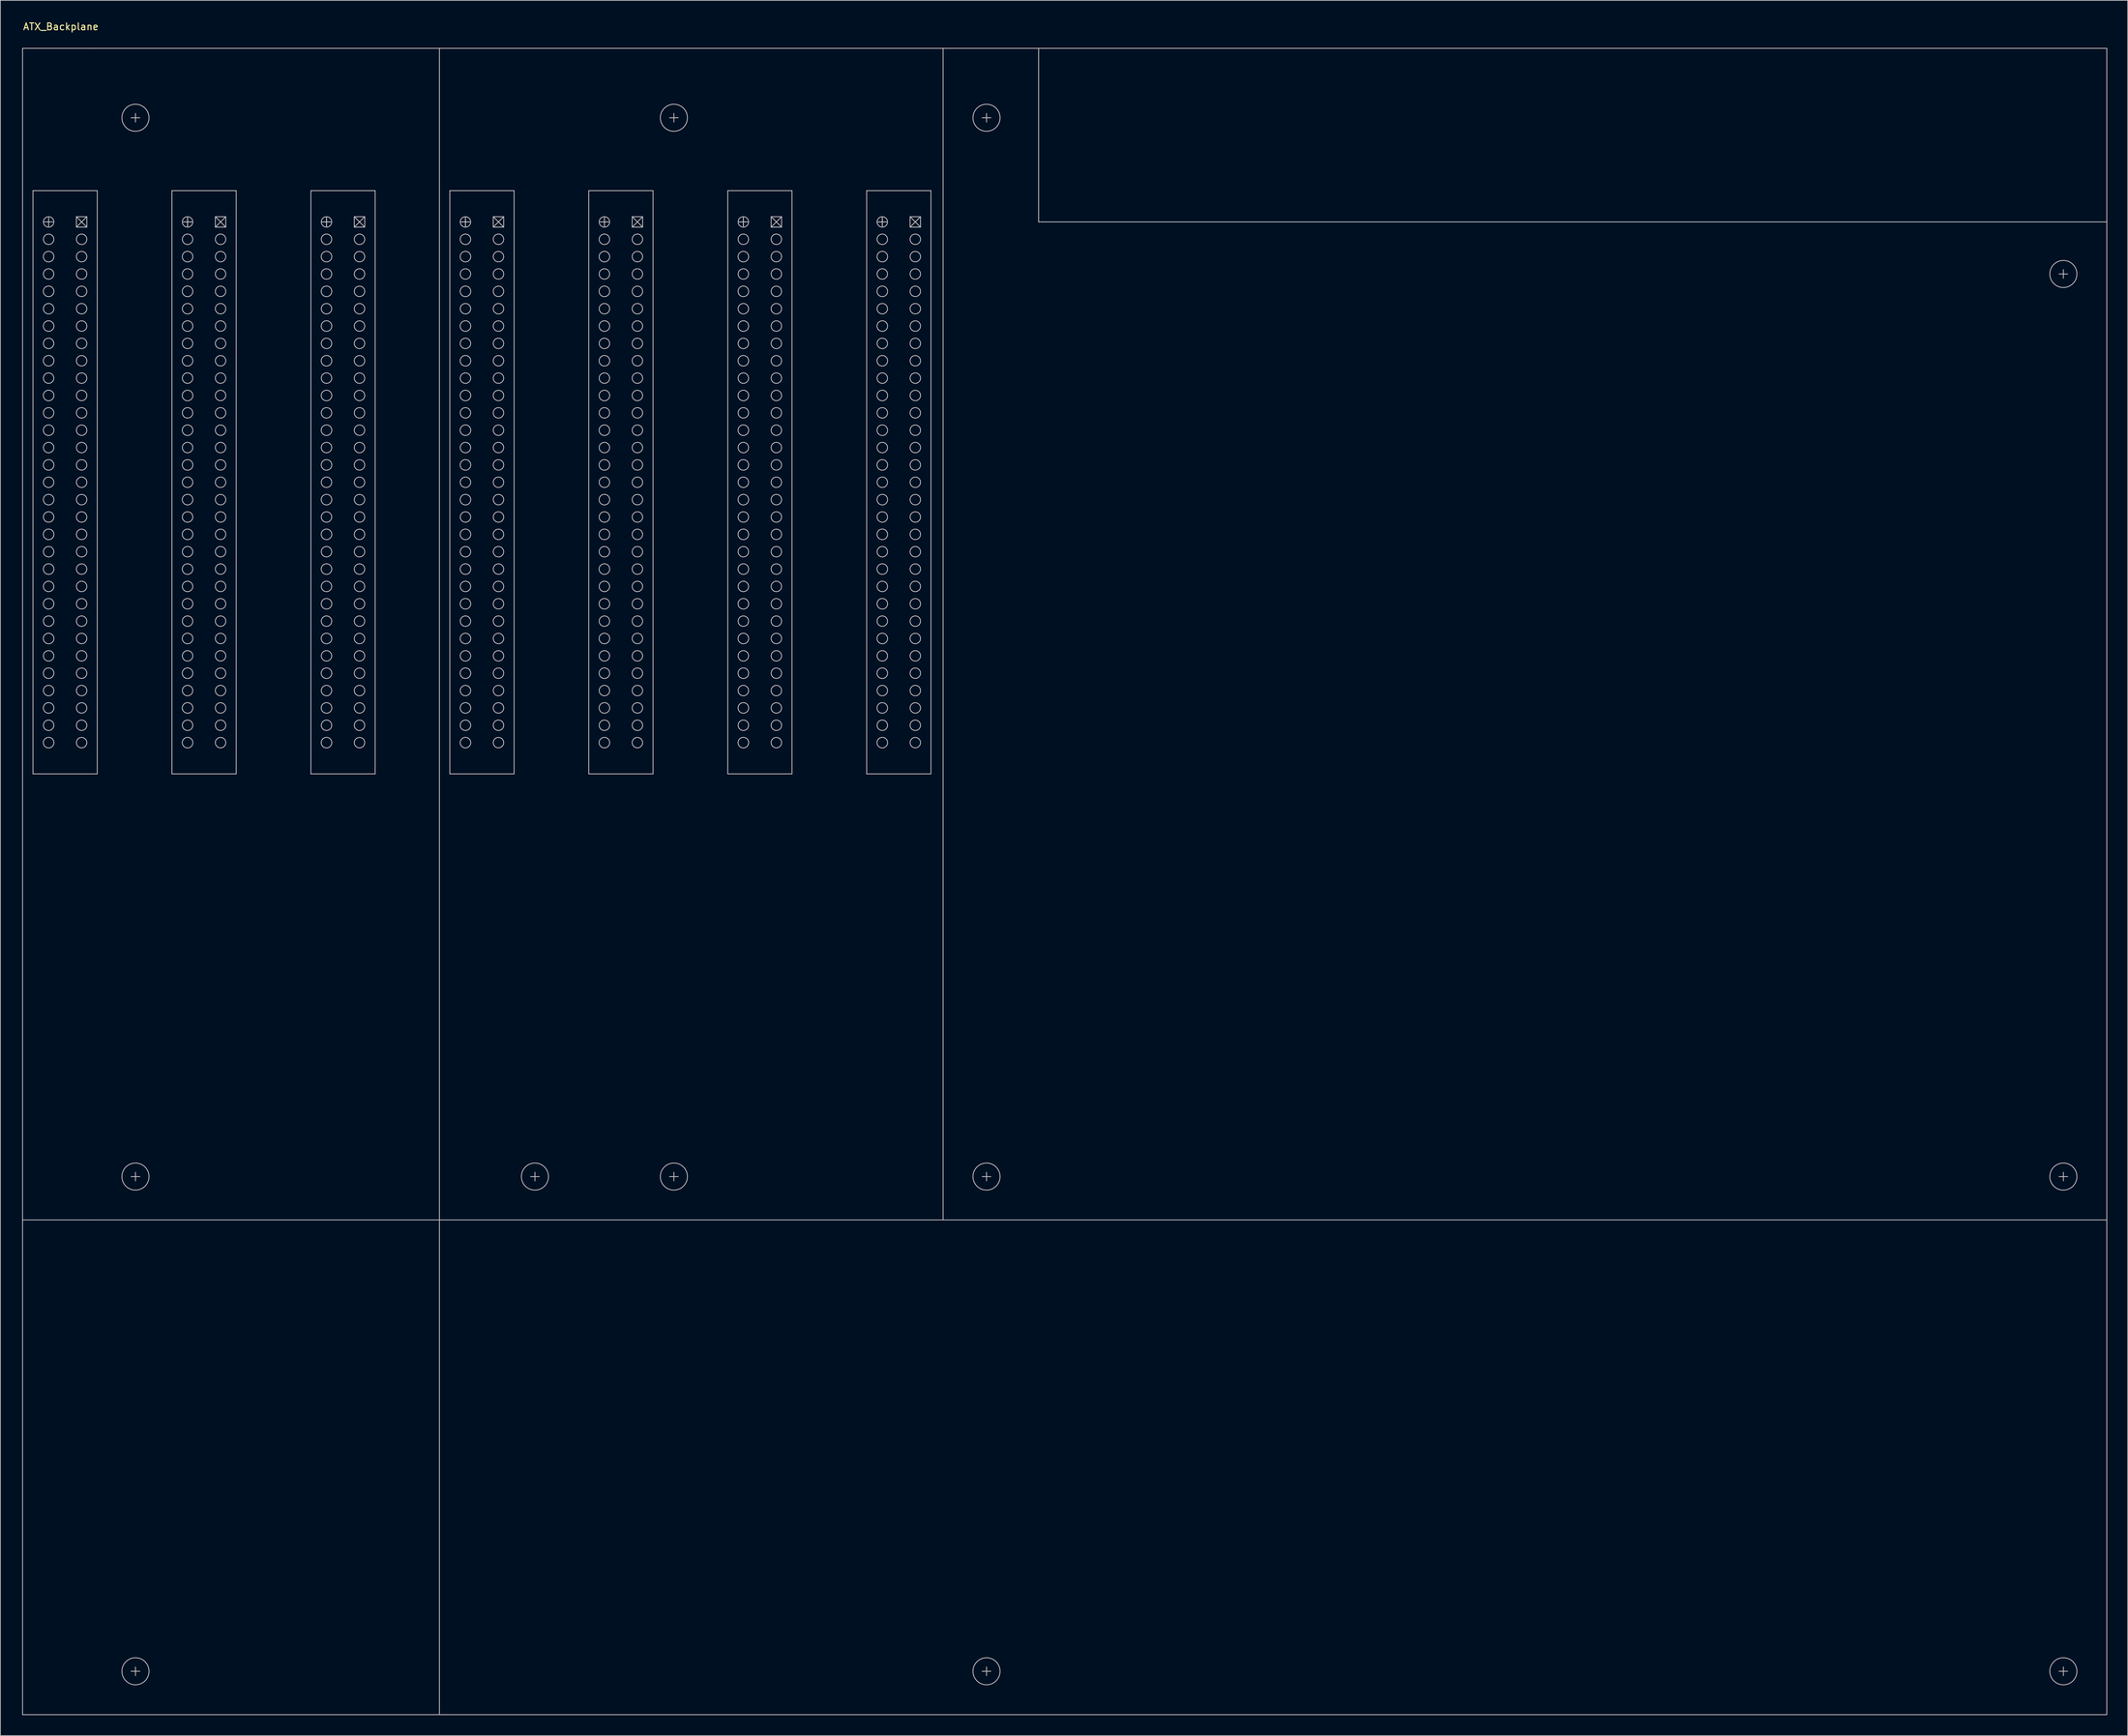
<source format=kicad_pcb>
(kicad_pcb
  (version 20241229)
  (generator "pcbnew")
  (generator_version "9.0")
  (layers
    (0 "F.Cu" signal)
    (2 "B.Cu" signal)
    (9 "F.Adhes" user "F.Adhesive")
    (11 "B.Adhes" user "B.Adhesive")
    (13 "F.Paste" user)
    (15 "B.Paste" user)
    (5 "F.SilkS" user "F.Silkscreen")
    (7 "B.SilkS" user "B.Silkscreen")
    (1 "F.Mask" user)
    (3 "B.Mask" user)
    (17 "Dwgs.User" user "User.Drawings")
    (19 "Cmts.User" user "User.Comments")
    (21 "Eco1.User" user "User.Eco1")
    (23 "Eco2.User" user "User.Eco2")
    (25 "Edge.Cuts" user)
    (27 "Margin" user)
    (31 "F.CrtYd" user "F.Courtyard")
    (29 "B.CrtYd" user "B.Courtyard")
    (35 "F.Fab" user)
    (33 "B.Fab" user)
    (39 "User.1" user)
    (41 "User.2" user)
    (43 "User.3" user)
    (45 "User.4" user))
  (footprint "ATX_Backplane"
    (layer "F.Cu")
    (at 0.25 4.023)
    (property "Reference" "ATX_Backplane" (at 0 -3.175 0) (layer "F.SilkS") (effects (font (size 1 1) (thickness 0.15)) (justify left)))
    (attr through_hole)
    (fp_line (start 0 0) (end 0 171.45) (stroke (width 0.12) (type solid)) (layer "Dwgs.User"))
    (fp_line (start 0 0) (end 10.16 0) (stroke (width 0.12) (type solid)) (layer "Dwgs.User"))
    (fp_line (start 0 171.45) (end 0 243.84) (stroke (width 0.12) (type solid)) (layer "Dwgs.User"))
    (fp_line (start 0 171.45) (end 10.16 171.45) (stroke (width 0.12) (type solid)) (layer "Dwgs.User"))
    (fp_line (start 0 243.84) (end 304.8 243.84) (stroke (width 0.12) (type solid)) (layer "Dwgs.User"))
    (fp_line (start 1.524 20.828) (end 10.922 20.828) (stroke (width 0.12) (type solid)) (layer "Dwgs.User"))
    (fp_line (start 1.524 106.172) (end 1.524 20.828) (stroke (width 0.12) (type solid)) (layer "Dwgs.User"))
    (fp_line (start 3.175 25.4) (end 4.445 25.4) (stroke (width 0.12) (type solid)) (layer "Dwgs.User"))
    (fp_line (start 3.81 26.035) (end 3.81 24.765) (stroke (width 0.12) (type solid)) (layer "Dwgs.User"))
    (fp_line (start 7.874 24.638) (end 7.874 26.162) (stroke (width 0.12) (type solid)) (layer "Dwgs.User"))
    (fp_line (start 7.874 24.638) (end 9.398 26.162) (stroke (width 0.12) (type solid)) (layer "Dwgs.User"))
    (fp_line (start 7.874 26.162) (end 9.398 24.638) (stroke (width 0.12) (type solid)) (layer "Dwgs.User"))
    (fp_line (start 7.874 26.162) (end 9.398 26.162) (stroke (width 0.12) (type solid)) (layer "Dwgs.User"))
    (fp_line (start 9.398 24.638) (end 7.874 24.638) (stroke (width 0.12) (type solid)) (layer "Dwgs.User"))
    (fp_line (start 9.398 26.162) (end 9.398 24.638) (stroke (width 0.12) (type solid)) (layer "Dwgs.User"))
    (fp_line (start 10.16 0) (end 304.8 0) (stroke (width 0.12) (type solid)) (layer "Dwgs.User"))
    (fp_line (start 10.16 171.45) (end 304.8 171.45) (stroke (width 0.12) (type solid)) (layer "Dwgs.User"))
    (fp_line (start 10.922 20.828) (end 10.922 106.172) (stroke (width 0.12) (type solid)) (layer "Dwgs.User"))
    (fp_line (start 10.922 106.172) (end 1.524 106.172) (stroke (width 0.12) (type solid)) (layer "Dwgs.User"))
    (fp_line (start 15.875 10.16) (end 17.145 10.16) (stroke (width 0.12) (type solid)) (layer "Dwgs.User"))
    (fp_line (start 15.875 165.1) (end 17.145 165.1) (stroke (width 0.12) (type solid)) (layer "Dwgs.User"))
    (fp_line (start 15.875 237.49) (end 17.145 237.49) (stroke (width 0.12) (type solid)) (layer "Dwgs.User"))
    (fp_line (start 16.51 9.525) (end 16.51 10.795) (stroke (width 0.12) (type solid)) (layer "Dwgs.User"))
    (fp_line (start 16.51 164.465) (end 16.51 165.735) (stroke (width 0.12) (type solid)) (layer "Dwgs.User"))
    (fp_line (start 16.51 236.855) (end 16.51 238.125) (stroke (width 0.12) (type solid)) (layer "Dwgs.User"))
    (fp_line (start 21.844 20.828) (end 31.242 20.828) (stroke (width 0.12) (type solid)) (layer "Dwgs.User"))
    (fp_line (start 21.844 106.172) (end 21.844 20.828) (stroke (width 0.12) (type solid)) (layer "Dwgs.User"))
    (fp_line (start 23.495 25.4) (end 24.765 25.4) (stroke (width 0.12) (type solid)) (layer "Dwgs.User"))
    (fp_line (start 23.495 25.4) (end 24.765 25.4) (stroke (width 0.12) (type solid)) (layer "Dwgs.User"))
    (fp_line (start 24.13 26.035) (end 24.13 24.765) (stroke (width 0.12) (type solid)) (layer "Dwgs.User"))
    (fp_line (start 24.13 26.035) (end 24.13 24.765) (stroke (width 0.12) (type solid)) (layer "Dwgs.User"))
    (fp_line (start 28.194 24.638) (end 28.194 26.162) (stroke (width 0.12) (type solid)) (layer "Dwgs.User"))
    (fp_line (start 28.194 24.638) (end 29.718 26.162) (stroke (width 0.12) (type solid)) (layer "Dwgs.User"))
    (fp_line (start 28.194 26.162) (end 29.718 24.638) (stroke (width 0.12) (type solid)) (layer "Dwgs.User"))
    (fp_line (start 28.194 26.162) (end 29.718 26.162) (stroke (width 0.12) (type solid)) (layer "Dwgs.User"))
    (fp_line (start 29.718 24.638) (end 28.194 24.638) (stroke (width 0.12) (type solid)) (layer "Dwgs.User"))
    (fp_line (start 29.718 26.162) (end 29.718 24.638) (stroke (width 0.12) (type solid)) (layer "Dwgs.User"))
    (fp_line (start 31.242 20.828) (end 31.242 106.172) (stroke (width 0.12) (type solid)) (layer "Dwgs.User"))
    (fp_line (start 31.242 106.172) (end 21.844 106.172) (stroke (width 0.12) (type solid)) (layer "Dwgs.User"))
    (fp_line (start 42.164 20.828) (end 51.562 20.828) (stroke (width 0.12) (type solid)) (layer "Dwgs.User"))
    (fp_line (start 42.164 106.172) (end 42.164 20.828) (stroke (width 0.12) (type solid)) (layer "Dwgs.User"))
    (fp_line (start 43.815 25.4) (end 45.085 25.4) (stroke (width 0.12) (type solid)) (layer "Dwgs.User"))
    (fp_line (start 44.45 24.765) (end 44.45 26.035) (stroke (width 0.12) (type solid)) (layer "Dwgs.User"))
    (fp_line (start 44.45 26.035) (end 44.45 24.765) (stroke (width 0.12) (type solid)) (layer "Dwgs.User"))
    (fp_line (start 45.085 25.4) (end 43.815 25.4) (stroke (width 0.12) (type solid)) (layer "Dwgs.User"))
    (fp_line (start 48.514 24.638) (end 48.514 26.162) (stroke (width 0.12) (type solid)) (layer "Dwgs.User"))
    (fp_line (start 48.514 24.638) (end 50.038 26.162) (stroke (width 0.12) (type solid)) (layer "Dwgs.User"))
    (fp_line (start 48.514 26.162) (end 50.038 24.638) (stroke (width 0.12) (type solid)) (layer "Dwgs.User"))
    (fp_line (start 48.514 26.162) (end 50.038 26.162) (stroke (width 0.12) (type solid)) (layer "Dwgs.User"))
    (fp_line (start 50.038 24.638) (end 48.514 24.638) (stroke (width 0.12) (type solid)) (layer "Dwgs.User"))
    (fp_line (start 50.038 26.162) (end 50.038 24.638) (stroke (width 0.12) (type solid)) (layer "Dwgs.User"))
    (fp_line (start 51.562 20.828) (end 51.562 106.172) (stroke (width 0.12) (type solid)) (layer "Dwgs.User"))
    (fp_line (start 51.562 106.172) (end 42.164 106.172) (stroke (width 0.12) (type solid)) (layer "Dwgs.User"))
    (fp_line (start 60.96 243.84) (end 60.96 0) (stroke (width 0.12) (type solid)) (layer "Dwgs.User"))
    (fp_line (start 62.484 20.828) (end 71.882 20.828) (stroke (width 0.12) (type solid)) (layer "Dwgs.User"))
    (fp_line (start 62.484 106.172) (end 62.484 20.828) (stroke (width 0.12) (type solid)) (layer "Dwgs.User"))
    (fp_line (start 64.135 25.4) (end 65.405 25.4) (stroke (width 0.12) (type solid)) (layer "Dwgs.User"))
    (fp_line (start 64.135 25.4) (end 65.405 25.4) (stroke (width 0.12) (type solid)) (layer "Dwgs.User"))
    (fp_line (start 64.77 24.765) (end 64.77 26.035) (stroke (width 0.12) (type solid)) (layer "Dwgs.User"))
    (fp_line (start 64.77 26.035) (end 64.77 24.765) (stroke (width 0.12) (type solid)) (layer "Dwgs.User"))
    (fp_line (start 68.834 24.638) (end 68.834 26.162) (stroke (width 0.12) (type solid)) (layer "Dwgs.User"))
    (fp_line (start 68.834 24.638) (end 70.358 26.162) (stroke (width 0.12) (type solid)) (layer "Dwgs.User"))
    (fp_line (start 68.834 26.162) (end 70.358 24.638) (stroke (width 0.12) (type solid)) (layer "Dwgs.User"))
    (fp_line (start 68.834 26.162) (end 70.358 26.162) (stroke (width 0.12) (type solid)) (layer "Dwgs.User"))
    (fp_line (start 70.358 24.638) (end 68.834 24.638) (stroke (width 0.12) (type solid)) (layer "Dwgs.User"))
    (fp_line (start 70.358 26.162) (end 70.358 24.638) (stroke (width 0.12) (type solid)) (layer "Dwgs.User"))
    (fp_line (start 71.882 20.828) (end 71.882 106.172) (stroke (width 0.12) (type solid)) (layer "Dwgs.User"))
    (fp_line (start 71.882 106.172) (end 62.484 106.172) (stroke (width 0.12) (type solid)) (layer "Dwgs.User"))
    (fp_line (start 74.295 165.1) (end 75.565 165.1) (stroke (width 0.12) (type solid)) (layer "Dwgs.User"))
    (fp_line (start 74.93 164.465) (end 74.93 165.735) (stroke (width 0.12) (type solid)) (layer "Dwgs.User"))
    (fp_line (start 82.804 20.828) (end 92.202 20.828) (stroke (width 0.12) (type solid)) (layer "Dwgs.User"))
    (fp_line (start 82.804 106.172) (end 82.804 20.828) (stroke (width 0.12) (type solid)) (layer "Dwgs.User"))
    (fp_line (start 84.455 25.4) (end 85.725 25.4) (stroke (width 0.12) (type solid)) (layer "Dwgs.User"))
    (fp_line (start 84.455 25.4) (end 85.725 25.4) (stroke (width 0.12) (type solid)) (layer "Dwgs.User"))
    (fp_line (start 85.09 24.765) (end 85.09 26.035) (stroke (width 0.12) (type solid)) (layer "Dwgs.User"))
    (fp_line (start 85.09 26.035) (end 85.09 24.765) (stroke (width 0.12) (type solid)) (layer "Dwgs.User"))
    (fp_line (start 89.154 24.638) (end 89.154 26.162) (stroke (width 0.12) (type solid)) (layer "Dwgs.User"))
    (fp_line (start 89.154 24.638) (end 90.678 26.162) (stroke (width 0.12) (type solid)) (layer "Dwgs.User"))
    (fp_line (start 89.154 26.162) (end 90.678 24.638) (stroke (width 0.12) (type solid)) (layer "Dwgs.User"))
    (fp_line (start 89.154 26.162) (end 90.678 26.162) (stroke (width 0.12) (type solid)) (layer "Dwgs.User"))
    (fp_line (start 90.678 24.638) (end 89.154 24.638) (stroke (width 0.12) (type solid)) (layer "Dwgs.User"))
    (fp_line (start 90.678 26.162) (end 90.678 24.638) (stroke (width 0.12) (type solid)) (layer "Dwgs.User"))
    (fp_line (start 92.202 20.828) (end 92.202 106.172) (stroke (width 0.12) (type solid)) (layer "Dwgs.User"))
    (fp_line (start 92.202 106.172) (end 82.804 106.172) (stroke (width 0.12) (type solid)) (layer "Dwgs.User"))
    (fp_line (start 94.615 10.16) (end 95.885 10.16) (stroke (width 0.12) (type solid)) (layer "Dwgs.User"))
    (fp_line (start 94.615 165.1) (end 95.885 165.1) (stroke (width 0.12) (type solid)) (layer "Dwgs.User"))
    (fp_line (start 95.25 9.525) (end 95.25 10.795) (stroke (width 0.12) (type solid)) (layer "Dwgs.User"))
    (fp_line (start 95.25 164.465) (end 95.25 165.735) (stroke (width 0.12) (type solid)) (layer "Dwgs.User"))
    (fp_line (start 103.124 20.828) (end 112.522 20.828) (stroke (width 0.12) (type solid)) (layer "Dwgs.User"))
    (fp_line (start 103.124 106.172) (end 103.124 20.828) (stroke (width 0.12) (type solid)) (layer "Dwgs.User"))
    (fp_line (start 104.775 25.4) (end 106.045 25.4) (stroke (width 0.12) (type solid)) (layer "Dwgs.User"))
    (fp_line (start 104.775 25.4) (end 106.045 25.4) (stroke (width 0.12) (type solid)) (layer "Dwgs.User"))
    (fp_line (start 105.41 24.765) (end 105.41 26.035) (stroke (width 0.12) (type solid)) (layer "Dwgs.User"))
    (fp_line (start 105.41 26.035) (end 105.41 24.765) (stroke (width 0.12) (type solid)) (layer "Dwgs.User"))
    (fp_line (start 109.474 24.638) (end 109.474 26.162) (stroke (width 0.12) (type solid)) (layer "Dwgs.User"))
    (fp_line (start 109.474 24.638) (end 110.998 26.162) (stroke (width 0.12) (type solid)) (layer "Dwgs.User"))
    (fp_line (start 109.474 26.162) (end 110.998 24.638) (stroke (width 0.12) (type solid)) (layer "Dwgs.User"))
    (fp_line (start 109.474 26.162) (end 110.998 26.162) (stroke (width 0.12) (type solid)) (layer "Dwgs.User"))
    (fp_line (start 110.998 24.638) (end 109.474 24.638) (stroke (width 0.12) (type solid)) (layer "Dwgs.User"))
    (fp_line (start 110.998 26.162) (end 110.998 24.638) (stroke (width 0.12) (type solid)) (layer "Dwgs.User"))
    (fp_line (start 112.522 20.828) (end 112.522 106.172) (stroke (width 0.12) (type solid)) (layer "Dwgs.User"))
    (fp_line (start 112.522 106.172) (end 103.124 106.172) (stroke (width 0.12) (type solid)) (layer "Dwgs.User"))
    (fp_line (start 123.444 20.828) (end 132.842 20.828) (stroke (width 0.12) (type solid)) (layer "Dwgs.User"))
    (fp_line (start 123.444 106.172) (end 123.444 20.828) (stroke (width 0.12) (type solid)) (layer "Dwgs.User"))
    (fp_line (start 125.095 25.4) (end 126.365 25.4) (stroke (width 0.12) (type solid)) (layer "Dwgs.User"))
    (fp_line (start 125.095 25.4) (end 126.365 25.4) (stroke (width 0.12) (type solid)) (layer "Dwgs.User"))
    (fp_line (start 125.73 26.035) (end 125.73 24.765) (stroke (width 0.12) (type solid)) (layer "Dwgs.User"))
    (fp_line (start 125.73 26.035) (end 125.73 24.765) (stroke (width 0.12) (type solid)) (layer "Dwgs.User"))
    (fp_line (start 129.794 24.638) (end 129.794 26.162) (stroke (width 0.12) (type solid)) (layer "Dwgs.User"))
    (fp_line (start 129.794 24.638) (end 131.318 26.162) (stroke (width 0.12) (type solid)) (layer "Dwgs.User"))
    (fp_line (start 129.794 26.162) (end 131.318 24.638) (stroke (width 0.12) (type solid)) (layer "Dwgs.User"))
    (fp_line (start 129.794 26.162) (end 131.318 26.162) (stroke (width 0.12) (type solid)) (layer "Dwgs.User"))
    (fp_line (start 131.318 24.638) (end 129.794 24.638) (stroke (width 0.12) (type solid)) (layer "Dwgs.User"))
    (fp_line (start 131.318 26.162) (end 131.318 24.638) (stroke (width 0.12) (type solid)) (layer "Dwgs.User"))
    (fp_line (start 132.842 20.828) (end 132.842 106.172) (stroke (width 0.12) (type solid)) (layer "Dwgs.User"))
    (fp_line (start 132.842 106.172) (end 123.444 106.172) (stroke (width 0.12) (type solid)) (layer "Dwgs.User"))
    (fp_line (start 134.62 171.45) (end 134.62 0) (stroke (width 0.12) (type solid)) (layer "Dwgs.User"))
    (fp_line (start 140.335 10.16) (end 141.605 10.16) (stroke (width 0.12) (type solid)) (layer "Dwgs.User"))
    (fp_line (start 140.335 165.1) (end 141.605 165.1) (stroke (width 0.12) (type solid)) (layer "Dwgs.User"))
    (fp_line (start 140.335 237.49) (end 141.605 237.49) (stroke (width 0.12) (type solid)) (layer "Dwgs.User"))
    (fp_line (start 140.97 9.525) (end 140.97 10.795) (stroke (width 0.12) (type solid)) (layer "Dwgs.User"))
    (fp_line (start 140.97 164.465) (end 140.97 165.735) (stroke (width 0.12) (type solid)) (layer "Dwgs.User"))
    (fp_line (start 140.97 236.855) (end 140.97 238.125) (stroke (width 0.12) (type solid)) (layer "Dwgs.User"))
    (fp_line (start 148.59 0) (end 148.59 25.4) (stroke (width 0.12) (type solid)) (layer "Dwgs.User"))
    (fp_line (start 148.59 25.4) (end 304.8 25.4) (stroke (width 0.12) (type solid)) (layer "Dwgs.User"))
    (fp_line (start 297.815 33.02) (end 299.085 33.02) (stroke (width 0.12) (type solid)) (layer "Dwgs.User"))
    (fp_line (start 297.815 165.1) (end 299.085 165.1) (stroke (width 0.12) (type solid)) (layer "Dwgs.User"))
    (fp_line (start 298.45 32.385) (end 298.45 33.655) (stroke (width 0.12) (type solid)) (layer "Dwgs.User"))
    (fp_line (start 298.45 164.465) (end 298.45 165.735) (stroke (width 0.12) (type solid)) (layer "Dwgs.User"))
    (fp_line (start 298.45 236.855) (end 298.45 238.125) (stroke (width 0.12) (type solid)) (layer "Dwgs.User"))
    (fp_line (start 299.085 237.49) (end 297.815 237.49) (stroke (width 0.12) (type solid)) (layer "Dwgs.User"))
    (fp_line (start 304.8 0) (end 304.8 171.45) (stroke (width 0.12) (type solid)) (layer "Dwgs.User"))
    (fp_line (start 304.8 243.84) (end 304.8 171.45) (stroke (width 0.12) (type solid)) (layer "Dwgs.User"))
    (fp_circle (center 3.81 25.4) (end 4.572 25.4) (stroke (width 0.12) (type solid)) (fill no) (layer "Dwgs.User"))
    (fp_circle (center 3.81 27.94) (end 4.572 27.94) (stroke (width 0.12) (type solid)) (fill no) (layer "Dwgs.User"))
    (fp_circle (center 3.81 30.48) (end 4.572 30.607) (stroke (width 0.12) (type solid)) (fill no) (layer "Dwgs.User"))
    (fp_circle (center 3.81 33.02) (end 4.572 33.02) (stroke (width 0.12) (type solid)) (fill no) (layer "Dwgs.User"))
    (fp_circle (center 3.81 35.56) (end 4.572 35.687) (stroke (width 0.12) (type solid)) (fill no) (layer "Dwgs.User"))
    (fp_circle (center 3.81 38.1) (end 4.572 38.1) (stroke (width 0.12) (type solid)) (fill no) (layer "Dwgs.User"))
    (fp_circle (center 3.81 40.64) (end 4.572 40.767) (stroke (width 0.12) (type solid)) (fill no) (layer "Dwgs.User"))
    (fp_circle (center 3.81 43.18) (end 4.572 43.18) (stroke (width 0.12) (type solid)) (fill no) (layer "Dwgs.User"))
    (fp_circle (center 3.81 45.72) (end 4.572 45.847) (stroke (width 0.12) (type solid)) (fill no) (layer "Dwgs.User"))
    (fp_circle (center 3.81 48.26) (end 4.572 48.26) (stroke (width 0.12) (type solid)) (fill no) (layer "Dwgs.User"))
    (fp_circle (center 3.81 50.8) (end 4.572 50.927) (stroke (width 0.12) (type solid)) (fill no) (layer "Dwgs.User"))
    (fp_circle (center 3.81 53.34) (end 4.572 53.34) (stroke (width 0.12) (type solid)) (fill no) (layer "Dwgs.User"))
    (fp_circle (center 3.81 55.88) (end 4.572 56.007) (stroke (width 0.12) (type solid)) (fill no) (layer "Dwgs.User"))
    (fp_circle (center 3.81 58.42) (end 4.572 58.42) (stroke (width 0.12) (type solid)) (fill no) (layer "Dwgs.User"))
    (fp_circle (center 3.81 60.96) (end 4.572 61.087) (stroke (width 0.12) (type solid)) (fill no) (layer "Dwgs.User"))
    (fp_circle (center 3.81 63.5) (end 4.572 63.5) (stroke (width 0.12) (type solid)) (fill no) (layer "Dwgs.User"))
    (fp_circle (center 3.81 66.04) (end 4.572 66.167) (stroke (width 0.12) (type solid)) (fill no) (layer "Dwgs.User"))
    (fp_circle (center 3.81 68.58) (end 4.572 68.58) (stroke (width 0.12) (type solid)) (fill no) (layer "Dwgs.User"))
    (fp_circle (center 3.81 71.12) (end 4.572 71.247) (stroke (width 0.12) (type solid)) (fill no) (layer "Dwgs.User"))
    (fp_circle (center 3.81 73.66) (end 4.572 73.66) (stroke (width 0.12) (type solid)) (fill no) (layer "Dwgs.User"))
    (fp_circle (center 3.81 76.2) (end 4.572 76.327) (stroke (width 0.12) (type solid)) (fill no) (layer "Dwgs.User"))
    (fp_circle (center 3.81 78.74) (end 4.572 78.74) (stroke (width 0.12) (type solid)) (fill no) (layer "Dwgs.User"))
    (fp_circle (center 3.81 81.28) (end 4.572 81.407) (stroke (width 0.12) (type solid)) (fill no) (layer "Dwgs.User"))
    (fp_circle (center 3.81 83.82) (end 4.572 83.82) (stroke (width 0.12) (type solid)) (fill no) (layer "Dwgs.User"))
    (fp_circle (center 3.81 86.36) (end 4.572 86.487) (stroke (width 0.12) (type solid)) (fill no) (layer "Dwgs.User"))
    (fp_circle (center 3.81 88.9) (end 4.572 88.9) (stroke (width 0.12) (type solid)) (fill no) (layer "Dwgs.User"))
    (fp_circle (center 3.81 91.44) (end 4.572 91.567) (stroke (width 0.12) (type solid)) (fill no) (layer "Dwgs.User"))
    (fp_circle (center 3.81 93.98) (end 4.572 93.98) (stroke (width 0.12) (type solid)) (fill no) (layer "Dwgs.User"))
    (fp_circle (center 3.81 96.52) (end 4.572 96.647) (stroke (width 0.12) (type solid)) (fill no) (layer "Dwgs.User"))
    (fp_circle (center 3.81 99.06) (end 4.572 99.06) (stroke (width 0.12) (type solid)) (fill no) (layer "Dwgs.User"))
    (fp_circle (center 3.81 101.6) (end 4.572 101.727) (stroke (width 0.12) (type solid)) (fill no) (layer "Dwgs.User"))
    (fp_circle (center 8.636 27.94) (end 9.398 27.94) (stroke (width 0.12) (type solid)) (fill no) (layer "Dwgs.User"))
    (fp_circle (center 8.636 30.48) (end 9.398 30.48) (stroke (width 0.12) (type solid)) (fill no) (layer "Dwgs.User"))
    (fp_circle (center 8.636 33.02) (end 9.398 33.02) (stroke (width 0.12) (type solid)) (fill no) (layer "Dwgs.User"))
    (fp_circle (center 8.636 35.56) (end 9.398 35.56) (stroke (width 0.12) (type solid)) (fill no) (layer "Dwgs.User"))
    (fp_circle (center 8.636 38.1) (end 9.398 38.1) (stroke (width 0.12) (type solid)) (fill no) (layer "Dwgs.User"))
    (fp_circle (center 8.636 40.64) (end 9.398 40.64) (stroke (width 0.12) (type solid)) (fill no) (layer "Dwgs.User"))
    (fp_circle (center 8.636 43.18) (end 9.398 43.18) (stroke (width 0.12) (type solid)) (fill no) (layer "Dwgs.User"))
    (fp_circle (center 8.636 45.72) (end 9.398 45.72) (stroke (width 0.12) (type solid)) (fill no) (layer "Dwgs.User"))
    (fp_circle (center 8.636 48.26) (end 9.398 48.26) (stroke (width 0.12) (type solid)) (fill no) (layer "Dwgs.User"))
    (fp_circle (center 8.636 50.8) (end 9.398 50.8) (stroke (width 0.12) (type solid)) (fill no) (layer "Dwgs.User"))
    (fp_circle (center 8.636 53.34) (end 9.398 53.34) (stroke (width 0.12) (type solid)) (fill no) (layer "Dwgs.User"))
    (fp_circle (center 8.636 55.88) (end 9.398 55.88) (stroke (width 0.12) (type solid)) (fill no) (layer "Dwgs.User"))
    (fp_circle (center 8.636 58.42) (end 9.398 58.42) (stroke (width 0.12) (type solid)) (fill no) (layer "Dwgs.User"))
    (fp_circle (center 8.636 60.96) (end 9.398 60.96) (stroke (width 0.12) (type solid)) (fill no) (layer "Dwgs.User"))
    (fp_circle (center 8.636 63.5) (end 9.398 63.5) (stroke (width 0.12) (type solid)) (fill no) (layer "Dwgs.User"))
    (fp_circle (center 8.636 66.04) (end 9.398 66.04) (stroke (width 0.12) (type solid)) (fill no) (layer "Dwgs.User"))
    (fp_circle (center 8.636 68.58) (end 9.398 68.58) (stroke (width 0.12) (type solid)) (fill no) (layer "Dwgs.User"))
    (fp_circle (center 8.636 71.12) (end 9.398 71.12) (stroke (width 0.12) (type solid)) (fill no) (layer "Dwgs.User"))
    (fp_circle (center 8.636 73.66) (end 9.398 73.66) (stroke (width 0.12) (type solid)) (fill no) (layer "Dwgs.User"))
    (fp_circle (center 8.636 76.2) (end 9.398 76.2) (stroke (width 0.12) (type solid)) (fill no) (layer "Dwgs.User"))
    (fp_circle (center 8.636 78.74) (end 9.398 78.74) (stroke (width 0.12) (type solid)) (fill no) (layer "Dwgs.User"))
    (fp_circle (center 8.636 81.28) (end 9.398 81.28) (stroke (width 0.12) (type solid)) (fill no) (layer "Dwgs.User"))
    (fp_circle (center 8.636 83.82) (end 9.398 83.82) (stroke (width 0.12) (type solid)) (fill no) (layer "Dwgs.User"))
    (fp_circle (center 8.636 86.36) (end 9.398 86.36) (stroke (width 0.12) (type solid)) (fill no) (layer "Dwgs.User"))
    (fp_circle (center 8.636 88.9) (end 9.398 88.9) (stroke (width 0.12) (type solid)) (fill no) (layer "Dwgs.User"))
    (fp_circle (center 8.636 91.44) (end 9.398 91.44) (stroke (width 0.12) (type solid)) (fill no) (layer "Dwgs.User"))
    (fp_circle (center 8.636 93.98) (end 9.398 93.98) (stroke (width 0.12) (type solid)) (fill no) (layer "Dwgs.User"))
    (fp_circle (center 8.636 96.52) (end 9.398 96.52) (stroke (width 0.12) (type solid)) (fill no) (layer "Dwgs.User"))
    (fp_circle (center 8.636 99.06) (end 9.398 99.06) (stroke (width 0.12) (type solid)) (fill no) (layer "Dwgs.User"))
    (fp_circle (center 8.636 101.6) (end 9.398 101.6) (stroke (width 0.12) (type solid)) (fill no) (layer "Dwgs.User"))
    (fp_circle (center 16.51 10.16) (end 18.491 10.16) (stroke (width 0.12) (type solid)) (fill no) (layer "Dwgs.User"))
    (fp_circle (center 16.51 165.1) (end 18.491 165.1) (stroke (width 0.12) (type solid)) (fill no) (layer "Dwgs.User"))
    (fp_circle (center 16.51 237.49) (end 18.491 237.49) (stroke (width 0.12) (type solid)) (fill no) (layer "Dwgs.User"))
    (fp_circle (center 24.13 25.4) (end 24.892 25.4) (stroke (width 0.12) (type solid)) (fill no) (layer "Dwgs.User"))
    (fp_circle (center 24.13 27.94) (end 24.892 27.94) (stroke (width 0.12) (type solid)) (fill no) (layer "Dwgs.User"))
    (fp_circle (center 24.13 30.48) (end 24.892 30.607) (stroke (width 0.12) (type solid)) (fill no) (layer "Dwgs.User"))
    (fp_circle (center 24.13 33.02) (end 24.892 33.02) (stroke (width 0.12) (type solid)) (fill no) (layer "Dwgs.User"))
    (fp_circle (center 24.13 35.56) (end 24.892 35.687) (stroke (width 0.12) (type solid)) (fill no) (layer "Dwgs.User"))
    (fp_circle (center 24.13 38.1) (end 24.892 38.1) (stroke (width 0.12) (type solid)) (fill no) (layer "Dwgs.User"))
    (fp_circle (center 24.13 40.64) (end 24.892 40.767) (stroke (width 0.12) (type solid)) (fill no) (layer "Dwgs.User"))
    (fp_circle (center 24.13 43.18) (end 24.892 43.18) (stroke (width 0.12) (type solid)) (fill no) (layer "Dwgs.User"))
    (fp_circle (center 24.13 45.72) (end 24.892 45.847) (stroke (width 0.12) (type solid)) (fill no) (layer "Dwgs.User"))
    (fp_circle (center 24.13 48.26) (end 24.892 48.26) (stroke (width 0.12) (type solid)) (fill no) (layer "Dwgs.User"))
    (fp_circle (center 24.13 50.8) (end 24.892 50.927) (stroke (width 0.12) (type solid)) (fill no) (layer "Dwgs.User"))
    (fp_circle (center 24.13 53.34) (end 24.892 53.34) (stroke (width 0.12) (type solid)) (fill no) (layer "Dwgs.User"))
    (fp_circle (center 24.13 55.88) (end 24.892 56.007) (stroke (width 0.12) (type solid)) (fill no) (layer "Dwgs.User"))
    (fp_circle (center 24.13 58.42) (end 24.892 58.42) (stroke (width 0.12) (type solid)) (fill no) (layer "Dwgs.User"))
    (fp_circle (center 24.13 60.96) (end 24.892 61.087) (stroke (width 0.12) (type solid)) (fill no) (layer "Dwgs.User"))
    (fp_circle (center 24.13 63.5) (end 24.892 63.5) (stroke (width 0.12) (type solid)) (fill no) (layer "Dwgs.User"))
    (fp_circle (center 24.13 66.04) (end 24.892 66.167) (stroke (width 0.12) (type solid)) (fill no) (layer "Dwgs.User"))
    (fp_circle (center 24.13 68.58) (end 24.892 68.58) (stroke (width 0.12) (type solid)) (fill no) (layer "Dwgs.User"))
    (fp_circle (center 24.13 71.12) (end 24.892 71.247) (stroke (width 0.12) (type solid)) (fill no) (layer "Dwgs.User"))
    (fp_circle (center 24.13 73.66) (end 24.892 73.66) (stroke (width 0.12) (type solid)) (fill no) (layer "Dwgs.User"))
    (fp_circle (center 24.13 76.2) (end 24.892 76.327) (stroke (width 0.12) (type solid)) (fill no) (layer "Dwgs.User"))
    (fp_circle (center 24.13 78.74) (end 24.892 78.74) (stroke (width 0.12) (type solid)) (fill no) (layer "Dwgs.User"))
    (fp_circle (center 24.13 81.28) (end 24.892 81.407) (stroke (width 0.12) (type solid)) (fill no) (layer "Dwgs.User"))
    (fp_circle (center 24.13 83.82) (end 24.892 83.82) (stroke (width 0.12) (type solid)) (fill no) (layer "Dwgs.User"))
    (fp_circle (center 24.13 86.36) (end 24.892 86.487) (stroke (width 0.12) (type solid)) (fill no) (layer "Dwgs.User"))
    (fp_circle (center 24.13 88.9) (end 24.892 88.9) (stroke (width 0.12) (type solid)) (fill no) (layer "Dwgs.User"))
    (fp_circle (center 24.13 91.44) (end 24.892 91.567) (stroke (width 0.12) (type solid)) (fill no) (layer "Dwgs.User"))
    (fp_circle (center 24.13 93.98) (end 24.892 93.98) (stroke (width 0.12) (type solid)) (fill no) (layer "Dwgs.User"))
    (fp_circle (center 24.13 96.52) (end 24.892 96.647) (stroke (width 0.12) (type solid)) (fill no) (layer "Dwgs.User"))
    (fp_circle (center 24.13 99.06) (end 24.892 99.06) (stroke (width 0.12) (type solid)) (fill no) (layer "Dwgs.User"))
    (fp_circle (center 24.13 101.6) (end 24.892 101.727) (stroke (width 0.12) (type solid)) (fill no) (layer "Dwgs.User"))
    (fp_circle (center 28.956 27.94) (end 29.718 27.94) (stroke (width 0.12) (type solid)) (fill no) (layer "Dwgs.User"))
    (fp_circle (center 28.956 30.48) (end 29.718 30.48) (stroke (width 0.12) (type solid)) (fill no) (layer "Dwgs.User"))
    (fp_circle (center 28.956 33.02) (end 29.718 33.02) (stroke (width 0.12) (type solid)) (fill no) (layer "Dwgs.User"))
    (fp_circle (center 28.956 35.56) (end 29.718 35.56) (stroke (width 0.12) (type solid)) (fill no) (layer "Dwgs.User"))
    (fp_circle (center 28.956 38.1) (end 29.718 38.1) (stroke (width 0.12) (type solid)) (fill no) (layer "Dwgs.User"))
    (fp_circle (center 28.956 40.64) (end 29.718 40.64) (stroke (width 0.12) (type solid)) (fill no) (layer "Dwgs.User"))
    (fp_circle (center 28.956 43.18) (end 29.718 43.18) (stroke (width 0.12) (type solid)) (fill no) (layer "Dwgs.User"))
    (fp_circle (center 28.956 45.72) (end 29.718 45.72) (stroke (width 0.12) (type solid)) (fill no) (layer "Dwgs.User"))
    (fp_circle (center 28.956 48.26) (end 29.718 48.26) (stroke (width 0.12) (type solid)) (fill no) (layer "Dwgs.User"))
    (fp_circle (center 28.956 50.8) (end 29.718 50.8) (stroke (width 0.12) (type solid)) (fill no) (layer "Dwgs.User"))
    (fp_circle (center 28.956 53.34) (end 29.718 53.34) (stroke (width 0.12) (type solid)) (fill no) (layer "Dwgs.User"))
    (fp_circle (center 28.956 55.88) (end 29.718 55.88) (stroke (width 0.12) (type solid)) (fill no) (layer "Dwgs.User"))
    (fp_circle (center 28.956 58.42) (end 29.718 58.42) (stroke (width 0.12) (type solid)) (fill no) (layer "Dwgs.User"))
    (fp_circle (center 28.956 60.96) (end 29.718 60.96) (stroke (width 0.12) (type solid)) (fill no) (layer "Dwgs.User"))
    (fp_circle (center 28.956 63.5) (end 29.718 63.5) (stroke (width 0.12) (type solid)) (fill no) (layer "Dwgs.User"))
    (fp_circle (center 28.956 66.04) (end 29.718 66.04) (stroke (width 0.12) (type solid)) (fill no) (layer "Dwgs.User"))
    (fp_circle (center 28.956 68.58) (end 29.718 68.58) (stroke (width 0.12) (type solid)) (fill no) (layer "Dwgs.User"))
    (fp_circle (center 28.956 71.12) (end 29.718 71.12) (stroke (width 0.12) (type solid)) (fill no) (layer "Dwgs.User"))
    (fp_circle (center 28.956 73.66) (end 29.718 73.66) (stroke (width 0.12) (type solid)) (fill no) (layer "Dwgs.User"))
    (fp_circle (center 28.956 76.2) (end 29.718 76.2) (stroke (width 0.12) (type solid)) (fill no) (layer "Dwgs.User"))
    (fp_circle (center 28.956 78.74) (end 29.718 78.74) (stroke (width 0.12) (type solid)) (fill no) (layer "Dwgs.User"))
    (fp_circle (center 28.956 81.28) (end 29.718 81.28) (stroke (width 0.12) (type solid)) (fill no) (layer "Dwgs.User"))
    (fp_circle (center 28.956 83.82) (end 29.718 83.82) (stroke (width 0.12) (type solid)) (fill no) (layer "Dwgs.User"))
    (fp_circle (center 28.956 86.36) (end 29.718 86.36) (stroke (width 0.12) (type solid)) (fill no) (layer "Dwgs.User"))
    (fp_circle (center 28.956 88.9) (end 29.718 88.9) (stroke (width 0.12) (type solid)) (fill no) (layer "Dwgs.User"))
    (fp_circle (center 28.956 91.44) (end 29.718 91.44) (stroke (width 0.12) (type solid)) (fill no) (layer "Dwgs.User"))
    (fp_circle (center 28.956 93.98) (end 29.718 93.98) (stroke (width 0.12) (type solid)) (fill no) (layer "Dwgs.User"))
    (fp_circle (center 28.956 96.52) (end 29.718 96.52) (stroke (width 0.12) (type solid)) (fill no) (layer "Dwgs.User"))
    (fp_circle (center 28.956 99.06) (end 29.718 99.06) (stroke (width 0.12) (type solid)) (fill no) (layer "Dwgs.User"))
    (fp_circle (center 28.956 101.6) (end 29.718 101.6) (stroke (width 0.12) (type solid)) (fill no) (layer "Dwgs.User"))
    (fp_circle (center 44.45 25.4) (end 45.212 25.4) (stroke (width 0.12) (type solid)) (fill no) (layer "Dwgs.User"))
    (fp_circle (center 44.45 27.94) (end 45.212 27.94) (stroke (width 0.12) (type solid)) (fill no) (layer "Dwgs.User"))
    (fp_circle (center 44.45 30.48) (end 45.212 30.607) (stroke (width 0.12) (type solid)) (fill no) (layer "Dwgs.User"))
    (fp_circle (center 44.45 33.02) (end 45.212 33.02) (stroke (width 0.12) (type solid)) (fill no) (layer "Dwgs.User"))
    (fp_circle (center 44.45 35.56) (end 45.212 35.687) (stroke (width 0.12) (type solid)) (fill no) (layer "Dwgs.User"))
    (fp_circle (center 44.45 38.1) (end 45.212 38.1) (stroke (width 0.12) (type solid)) (fill no) (layer "Dwgs.User"))
    (fp_circle (center 44.45 40.64) (end 45.212 40.767) (stroke (width 0.12) (type solid)) (fill no) (layer "Dwgs.User"))
    (fp_circle (center 44.45 43.18) (end 45.212 43.18) (stroke (width 0.12) (type solid)) (fill no) (layer "Dwgs.User"))
    (fp_circle (center 44.45 45.72) (end 45.212 45.847) (stroke (width 0.12) (type solid)) (fill no) (layer "Dwgs.User"))
    (fp_circle (center 44.45 48.26) (end 45.212 48.26) (stroke (width 0.12) (type solid)) (fill no) (layer "Dwgs.User"))
    (fp_circle (center 44.45 50.8) (end 45.212 50.927) (stroke (width 0.12) (type solid)) (fill no) (layer "Dwgs.User"))
    (fp_circle (center 44.45 53.34) (end 45.212 53.34) (stroke (width 0.12) (type solid)) (fill no) (layer "Dwgs.User"))
    (fp_circle (center 44.45 55.88) (end 45.212 56.007) (stroke (width 0.12) (type solid)) (fill no) (layer "Dwgs.User"))
    (fp_circle (center 44.45 58.42) (end 45.212 58.42) (stroke (width 0.12) (type solid)) (fill no) (layer "Dwgs.User"))
    (fp_circle (center 44.45 60.96) (end 45.212 61.087) (stroke (width 0.12) (type solid)) (fill no) (layer "Dwgs.User"))
    (fp_circle (center 44.45 63.5) (end 45.212 63.5) (stroke (width 0.12) (type solid)) (fill no) (layer "Dwgs.User"))
    (fp_circle (center 44.45 66.04) (end 45.212 66.167) (stroke (width 0.12) (type solid)) (fill no) (layer "Dwgs.User"))
    (fp_circle (center 44.45 68.58) (end 45.212 68.58) (stroke (width 0.12) (type solid)) (fill no) (layer "Dwgs.User"))
    (fp_circle (center 44.45 71.12) (end 45.212 71.247) (stroke (width 0.12) (type solid)) (fill no) (layer "Dwgs.User"))
    (fp_circle (center 44.45 73.66) (end 45.212 73.66) (stroke (width 0.12) (type solid)) (fill no) (layer "Dwgs.User"))
    (fp_circle (center 44.45 76.2) (end 45.212 76.327) (stroke (width 0.12) (type solid)) (fill no) (layer "Dwgs.User"))
    (fp_circle (center 44.45 78.74) (end 45.212 78.74) (stroke (width 0.12) (type solid)) (fill no) (layer "Dwgs.User"))
    (fp_circle (center 44.45 81.28) (end 45.212 81.407) (stroke (width 0.12) (type solid)) (fill no) (layer "Dwgs.User"))
    (fp_circle (center 44.45 83.82) (end 45.212 83.82) (stroke (width 0.12) (type solid)) (fill no) (layer "Dwgs.User"))
    (fp_circle (center 44.45 86.36) (end 45.212 86.487) (stroke (width 0.12) (type solid)) (fill no) (layer "Dwgs.User"))
    (fp_circle (center 44.45 88.9) (end 45.212 88.9) (stroke (width 0.12) (type solid)) (fill no) (layer "Dwgs.User"))
    (fp_circle (center 44.45 91.44) (end 45.212 91.567) (stroke (width 0.12) (type solid)) (fill no) (layer "Dwgs.User"))
    (fp_circle (center 44.45 93.98) (end 45.212 93.98) (stroke (width 0.12) (type solid)) (fill no) (layer "Dwgs.User"))
    (fp_circle (center 44.45 96.52) (end 45.212 96.647) (stroke (width 0.12) (type solid)) (fill no) (layer "Dwgs.User"))
    (fp_circle (center 44.45 99.06) (end 45.212 99.06) (stroke (width 0.12) (type solid)) (fill no) (layer "Dwgs.User"))
    (fp_circle (center 44.45 101.6) (end 45.212 101.727) (stroke (width 0.12) (type solid)) (fill no) (layer "Dwgs.User"))
    (fp_circle (center 49.276 27.94) (end 50.038 27.94) (stroke (width 0.12) (type solid)) (fill no) (layer "Dwgs.User"))
    (fp_circle (center 49.276 30.48) (end 50.038 30.48) (stroke (width 0.12) (type solid)) (fill no) (layer "Dwgs.User"))
    (fp_circle (center 49.276 33.02) (end 50.038 33.02) (stroke (width 0.12) (type solid)) (fill no) (layer "Dwgs.User"))
    (fp_circle (center 49.276 35.56) (end 50.038 35.56) (stroke (width 0.12) (type solid)) (fill no) (layer "Dwgs.User"))
    (fp_circle (center 49.276 38.1) (end 50.038 38.1) (stroke (width 0.12) (type solid)) (fill no) (layer "Dwgs.User"))
    (fp_circle (center 49.276 40.64) (end 50.038 40.64) (stroke (width 0.12) (type solid)) (fill no) (layer "Dwgs.User"))
    (fp_circle (center 49.276 43.18) (end 50.038 43.18) (stroke (width 0.12) (type solid)) (fill no) (layer "Dwgs.User"))
    (fp_circle (center 49.276 45.72) (end 50.038 45.72) (stroke (width 0.12) (type solid)) (fill no) (layer "Dwgs.User"))
    (fp_circle (center 49.276 48.26) (end 50.038 48.26) (stroke (width 0.12) (type solid)) (fill no) (layer "Dwgs.User"))
    (fp_circle (center 49.276 50.8) (end 50.038 50.8) (stroke (width 0.12) (type solid)) (fill no) (layer "Dwgs.User"))
    (fp_circle (center 49.276 53.34) (end 50.038 53.34) (stroke (width 0.12) (type solid)) (fill no) (layer "Dwgs.User"))
    (fp_circle (center 49.276 55.88) (end 50.038 55.88) (stroke (width 0.12) (type solid)) (fill no) (layer "Dwgs.User"))
    (fp_circle (center 49.276 58.42) (end 50.038 58.42) (stroke (width 0.12) (type solid)) (fill no) (layer "Dwgs.User"))
    (fp_circle (center 49.276 60.96) (end 50.038 60.96) (stroke (width 0.12) (type solid)) (fill no) (layer "Dwgs.User"))
    (fp_circle (center 49.276 63.5) (end 50.038 63.5) (stroke (width 0.12) (type solid)) (fill no) (layer "Dwgs.User"))
    (fp_circle (center 49.276 66.04) (end 50.038 66.04) (stroke (width 0.12) (type solid)) (fill no) (layer "Dwgs.User"))
    (fp_circle (center 49.276 68.58) (end 50.038 68.58) (stroke (width 0.12) (type solid)) (fill no) (layer "Dwgs.User"))
    (fp_circle (center 49.276 71.12) (end 50.038 71.12) (stroke (width 0.12) (type solid)) (fill no) (layer "Dwgs.User"))
    (fp_circle (center 49.276 73.66) (end 50.038 73.66) (stroke (width 0.12) (type solid)) (fill no) (layer "Dwgs.User"))
    (fp_circle (center 49.276 76.2) (end 50.038 76.2) (stroke (width 0.12) (type solid)) (fill no) (layer "Dwgs.User"))
    (fp_circle (center 49.276 78.74) (end 50.038 78.74) (stroke (width 0.12) (type solid)) (fill no) (layer "Dwgs.User"))
    (fp_circle (center 49.276 81.28) (end 50.038 81.28) (stroke (width 0.12) (type solid)) (fill no) (layer "Dwgs.User"))
    (fp_circle (center 49.276 83.82) (end 50.038 83.82) (stroke (width 0.12) (type solid)) (fill no) (layer "Dwgs.User"))
    (fp_circle (center 49.276 86.36) (end 50.038 86.36) (stroke (width 0.12) (type solid)) (fill no) (layer "Dwgs.User"))
    (fp_circle (center 49.276 88.9) (end 50.038 88.9) (stroke (width 0.12) (type solid)) (fill no) (layer "Dwgs.User"))
    (fp_circle (center 49.276 91.44) (end 50.038 91.44) (stroke (width 0.12) (type solid)) (fill no) (layer "Dwgs.User"))
    (fp_circle (center 49.276 93.98) (end 50.038 93.98) (stroke (width 0.12) (type solid)) (fill no) (layer "Dwgs.User"))
    (fp_circle (center 49.276 96.52) (end 50.038 96.52) (stroke (width 0.12) (type solid)) (fill no) (layer "Dwgs.User"))
    (fp_circle (center 49.276 99.06) (end 50.038 99.06) (stroke (width 0.12) (type solid)) (fill no) (layer "Dwgs.User"))
    (fp_circle (center 49.276 101.6) (end 50.038 101.6) (stroke (width 0.12) (type solid)) (fill no) (layer "Dwgs.User"))
    (fp_circle (center 64.77 25.4) (end 65.532 25.4) (stroke (width 0.12) (type solid)) (fill no) (layer "Dwgs.User"))
    (fp_circle (center 64.77 27.94) (end 65.532 27.94) (stroke (width 0.12) (type solid)) (fill no) (layer "Dwgs.User"))
    (fp_circle (center 64.77 30.48) (end 65.532 30.607) (stroke (width 0.12) (type solid)) (fill no) (layer "Dwgs.User"))
    (fp_circle (center 64.77 33.02) (end 65.532 33.02) (stroke (width 0.12) (type solid)) (fill no) (layer "Dwgs.User"))
    (fp_circle (center 64.77 35.56) (end 65.532 35.687) (stroke (width 0.12) (type solid)) (fill no) (layer "Dwgs.User"))
    (fp_circle (center 64.77 38.1) (end 65.532 38.1) (stroke (width 0.12) (type solid)) (fill no) (layer "Dwgs.User"))
    (fp_circle (center 64.77 40.64) (end 65.532 40.767) (stroke (width 0.12) (type solid)) (fill no) (layer "Dwgs.User"))
    (fp_circle (center 64.77 43.18) (end 65.532 43.18) (stroke (width 0.12) (type solid)) (fill no) (layer "Dwgs.User"))
    (fp_circle (center 64.77 45.72) (end 65.532 45.847) (stroke (width 0.12) (type solid)) (fill no) (layer "Dwgs.User"))
    (fp_circle (center 64.77 48.26) (end 65.532 48.26) (stroke (width 0.12) (type solid)) (fill no) (layer "Dwgs.User"))
    (fp_circle (center 64.77 50.8) (end 65.532 50.927) (stroke (width 0.12) (type solid)) (fill no) (layer "Dwgs.User"))
    (fp_circle (center 64.77 53.34) (end 65.532 53.34) (stroke (width 0.12) (type solid)) (fill no) (layer "Dwgs.User"))
    (fp_circle (center 64.77 55.88) (end 65.532 56.007) (stroke (width 0.12) (type solid)) (fill no) (layer "Dwgs.User"))
    (fp_circle (center 64.77 58.42) (end 65.532 58.42) (stroke (width 0.12) (type solid)) (fill no) (layer "Dwgs.User"))
    (fp_circle (center 64.77 60.96) (end 65.532 61.087) (stroke (width 0.12) (type solid)) (fill no) (layer "Dwgs.User"))
    (fp_circle (center 64.77 63.5) (end 65.532 63.5) (stroke (width 0.12) (type solid)) (fill no) (layer "Dwgs.User"))
    (fp_circle (center 64.77 66.04) (end 65.532 66.167) (stroke (width 0.12) (type solid)) (fill no) (layer "Dwgs.User"))
    (fp_circle (center 64.77 68.58) (end 65.532 68.58) (stroke (width 0.12) (type solid)) (fill no) (layer "Dwgs.User"))
    (fp_circle (center 64.77 71.12) (end 65.532 71.247) (stroke (width 0.12) (type solid)) (fill no) (layer "Dwgs.User"))
    (fp_circle (center 64.77 73.66) (end 65.532 73.66) (stroke (width 0.12) (type solid)) (fill no) (layer "Dwgs.User"))
    (fp_circle (center 64.77 76.2) (end 65.532 76.327) (stroke (width 0.12) (type solid)) (fill no) (layer "Dwgs.User"))
    (fp_circle (center 64.77 78.74) (end 65.532 78.74) (stroke (width 0.12) (type solid)) (fill no) (layer "Dwgs.User"))
    (fp_circle (center 64.77 81.28) (end 65.532 81.407) (stroke (width 0.12) (type solid)) (fill no) (layer "Dwgs.User"))
    (fp_circle (center 64.77 83.82) (end 65.532 83.82) (stroke (width 0.12) (type solid)) (fill no) (layer "Dwgs.User"))
    (fp_circle (center 64.77 86.36) (end 65.532 86.487) (stroke (width 0.12) (type solid)) (fill no) (layer "Dwgs.User"))
    (fp_circle (center 64.77 88.9) (end 65.532 88.9) (stroke (width 0.12) (type solid)) (fill no) (layer "Dwgs.User"))
    (fp_circle (center 64.77 91.44) (end 65.532 91.567) (stroke (width 0.12) (type solid)) (fill no) (layer "Dwgs.User"))
    (fp_circle (center 64.77 93.98) (end 65.532 93.98) (stroke (width 0.12) (type solid)) (fill no) (layer "Dwgs.User"))
    (fp_circle (center 64.77 96.52) (end 65.532 96.647) (stroke (width 0.12) (type solid)) (fill no) (layer "Dwgs.User"))
    (fp_circle (center 64.77 99.06) (end 65.532 99.06) (stroke (width 0.12) (type solid)) (fill no) (layer "Dwgs.User"))
    (fp_circle (center 64.77 101.6) (end 65.532 101.727) (stroke (width 0.12) (type solid)) (fill no) (layer "Dwgs.User"))
    (fp_circle (center 69.596 27.94) (end 70.358 27.94) (stroke (width 0.12) (type solid)) (fill no) (layer "Dwgs.User"))
    (fp_circle (center 69.596 30.48) (end 70.358 30.48) (stroke (width 0.12) (type solid)) (fill no) (layer "Dwgs.User"))
    (fp_circle (center 69.596 33.02) (end 70.358 33.02) (stroke (width 0.12) (type solid)) (fill no) (layer "Dwgs.User"))
    (fp_circle (center 69.596 35.56) (end 70.358 35.56) (stroke (width 0.12) (type solid)) (fill no) (layer "Dwgs.User"))
    (fp_circle (center 69.596 38.1) (end 70.358 38.1) (stroke (width 0.12) (type solid)) (fill no) (layer "Dwgs.User"))
    (fp_circle (center 69.596 40.64) (end 70.358 40.64) (stroke (width 0.12) (type solid)) (fill no) (layer "Dwgs.User"))
    (fp_circle (center 69.596 43.18) (end 70.358 43.18) (stroke (width 0.12) (type solid)) (fill no) (layer "Dwgs.User"))
    (fp_circle (center 69.596 45.72) (end 70.358 45.72) (stroke (width 0.12) (type solid)) (fill no) (layer "Dwgs.User"))
    (fp_circle (center 69.596 48.26) (end 70.358 48.26) (stroke (width 0.12) (type solid)) (fill no) (layer "Dwgs.User"))
    (fp_circle (center 69.596 50.8) (end 70.358 50.8) (stroke (width 0.12) (type solid)) (fill no) (layer "Dwgs.User"))
    (fp_circle (center 69.596 53.34) (end 70.358 53.34) (stroke (width 0.12) (type solid)) (fill no) (layer "Dwgs.User"))
    (fp_circle (center 69.596 55.88) (end 70.358 55.88) (stroke (width 0.12) (type solid)) (fill no) (layer "Dwgs.User"))
    (fp_circle (center 69.596 58.42) (end 70.358 58.42) (stroke (width 0.12) (type solid)) (fill no) (layer "Dwgs.User"))
    (fp_circle (center 69.596 60.96) (end 70.358 60.96) (stroke (width 0.12) (type solid)) (fill no) (layer "Dwgs.User"))
    (fp_circle (center 69.596 63.5) (end 70.358 63.5) (stroke (width 0.12) (type solid)) (fill no) (layer "Dwgs.User"))
    (fp_circle (center 69.596 66.04) (end 70.358 66.04) (stroke (width 0.12) (type solid)) (fill no) (layer "Dwgs.User"))
    (fp_circle (center 69.596 68.58) (end 70.358 68.58) (stroke (width 0.12) (type solid)) (fill no) (layer "Dwgs.User"))
    (fp_circle (center 69.596 71.12) (end 70.358 71.12) (stroke (width 0.12) (type solid)) (fill no) (layer "Dwgs.User"))
    (fp_circle (center 69.596 73.66) (end 70.358 73.66) (stroke (width 0.12) (type solid)) (fill no) (layer "Dwgs.User"))
    (fp_circle (center 69.596 76.2) (end 70.358 76.2) (stroke (width 0.12) (type solid)) (fill no) (layer "Dwgs.User"))
    (fp_circle (center 69.596 78.74) (end 70.358 78.74) (stroke (width 0.12) (type solid)) (fill no) (layer "Dwgs.User"))
    (fp_circle (center 69.596 81.28) (end 70.358 81.28) (stroke (width 0.12) (type solid)) (fill no) (layer "Dwgs.User"))
    (fp_circle (center 69.596 83.82) (end 70.358 83.82) (stroke (width 0.12) (type solid)) (fill no) (layer "Dwgs.User"))
    (fp_circle (center 69.596 86.36) (end 70.358 86.36) (stroke (width 0.12) (type solid)) (fill no) (layer "Dwgs.User"))
    (fp_circle (center 69.596 88.9) (end 70.358 88.9) (stroke (width 0.12) (type solid)) (fill no) (layer "Dwgs.User"))
    (fp_circle (center 69.596 91.44) (end 70.358 91.44) (stroke (width 0.12) (type solid)) (fill no) (layer "Dwgs.User"))
    (fp_circle (center 69.596 93.98) (end 70.358 93.98) (stroke (width 0.12) (type solid)) (fill no) (layer "Dwgs.User"))
    (fp_circle (center 69.596 96.52) (end 70.358 96.52) (stroke (width 0.12) (type solid)) (fill no) (layer "Dwgs.User"))
    (fp_circle (center 69.596 99.06) (end 70.358 99.06) (stroke (width 0.12) (type solid)) (fill no) (layer "Dwgs.User"))
    (fp_circle (center 69.596 101.6) (end 70.358 101.6) (stroke (width 0.12) (type solid)) (fill no) (layer "Dwgs.User"))
    (fp_circle (center 74.93 165.1) (end 76.911 165.1) (stroke (width 0.12) (type solid)) (fill no) (layer "Dwgs.User"))
    (fp_circle (center 85.09 25.4) (end 85.852 25.4) (stroke (width 0.12) (type solid)) (fill no) (layer "Dwgs.User"))
    (fp_circle (center 85.09 27.94) (end 85.852 27.94) (stroke (width 0.12) (type solid)) (fill no) (layer "Dwgs.User"))
    (fp_circle (center 85.09 30.48) (end 85.852 30.607) (stroke (width 0.12) (type solid)) (fill no) (layer "Dwgs.User"))
    (fp_circle (center 85.09 33.02) (end 85.852 33.02) (stroke (width 0.12) (type solid)) (fill no) (layer "Dwgs.User"))
    (fp_circle (center 85.09 35.56) (end 85.852 35.687) (stroke (width 0.12) (type solid)) (fill no) (layer "Dwgs.User"))
    (fp_circle (center 85.09 38.1) (end 85.852 38.1) (stroke (width 0.12) (type solid)) (fill no) (layer "Dwgs.User"))
    (fp_circle (center 85.09 40.64) (end 85.852 40.767) (stroke (width 0.12) (type solid)) (fill no) (layer "Dwgs.User"))
    (fp_circle (center 85.09 43.18) (end 85.852 43.18) (stroke (width 0.12) (type solid)) (fill no) (layer "Dwgs.User"))
    (fp_circle (center 85.09 45.72) (end 85.852 45.847) (stroke (width 0.12) (type solid)) (fill no) (layer "Dwgs.User"))
    (fp_circle (center 85.09 48.26) (end 85.852 48.26) (stroke (width 0.12) (type solid)) (fill no) (layer "Dwgs.User"))
    (fp_circle (center 85.09 50.8) (end 85.852 50.927) (stroke (width 0.12) (type solid)) (fill no) (layer "Dwgs.User"))
    (fp_circle (center 85.09 53.34) (end 85.852 53.34) (stroke (width 0.12) (type solid)) (fill no) (layer "Dwgs.User"))
    (fp_circle (center 85.09 55.88) (end 85.852 56.007) (stroke (width 0.12) (type solid)) (fill no) (layer "Dwgs.User"))
    (fp_circle (center 85.09 58.42) (end 85.852 58.42) (stroke (width 0.12) (type solid)) (fill no) (layer "Dwgs.User"))
    (fp_circle (center 85.09 60.96) (end 85.852 61.087) (stroke (width 0.12) (type solid)) (fill no) (layer "Dwgs.User"))
    (fp_circle (center 85.09 63.5) (end 85.852 63.5) (stroke (width 0.12) (type solid)) (fill no) (layer "Dwgs.User"))
    (fp_circle (center 85.09 66.04) (end 85.852 66.167) (stroke (width 0.12) (type solid)) (fill no) (layer "Dwgs.User"))
    (fp_circle (center 85.09 68.58) (end 85.852 68.58) (stroke (width 0.12) (type solid)) (fill no) (layer "Dwgs.User"))
    (fp_circle (center 85.09 71.12) (end 85.852 71.247) (stroke (width 0.12) (type solid)) (fill no) (layer "Dwgs.User"))
    (fp_circle (center 85.09 73.66) (end 85.852 73.66) (stroke (width 0.12) (type solid)) (fill no) (layer "Dwgs.User"))
    (fp_circle (center 85.09 76.2) (end 85.852 76.327) (stroke (width 0.12) (type solid)) (fill no) (layer "Dwgs.User"))
    (fp_circle (center 85.09 78.74) (end 85.852 78.74) (stroke (width 0.12) (type solid)) (fill no) (layer "Dwgs.User"))
    (fp_circle (center 85.09 81.28) (end 85.852 81.407) (stroke (width 0.12) (type solid)) (fill no) (layer "Dwgs.User"))
    (fp_circle (center 85.09 83.82) (end 85.852 83.82) (stroke (width 0.12) (type solid)) (fill no) (layer "Dwgs.User"))
    (fp_circle (center 85.09 86.36) (end 85.852 86.487) (stroke (width 0.12) (type solid)) (fill no) (layer "Dwgs.User"))
    (fp_circle (center 85.09 88.9) (end 85.852 88.9) (stroke (width 0.12) (type solid)) (fill no) (layer "Dwgs.User"))
    (fp_circle (center 85.09 91.44) (end 85.852 91.567) (stroke (width 0.12) (type solid)) (fill no) (layer "Dwgs.User"))
    (fp_circle (center 85.09 93.98) (end 85.852 93.98) (stroke (width 0.12) (type solid)) (fill no) (layer "Dwgs.User"))
    (fp_circle (center 85.09 96.52) (end 85.852 96.647) (stroke (width 0.12) (type solid)) (fill no) (layer "Dwgs.User"))
    (fp_circle (center 85.09 99.06) (end 85.852 99.06) (stroke (width 0.12) (type solid)) (fill no) (layer "Dwgs.User"))
    (fp_circle (center 85.09 101.6) (end 85.852 101.727) (stroke (width 0.12) (type solid)) (fill no) (layer "Dwgs.User"))
    (fp_circle (center 89.916 27.94) (end 90.678 27.94) (stroke (width 0.12) (type solid)) (fill no) (layer "Dwgs.User"))
    (fp_circle (center 89.916 30.48) (end 90.678 30.48) (stroke (width 0.12) (type solid)) (fill no) (layer "Dwgs.User"))
    (fp_circle (center 89.916 33.02) (end 90.678 33.02) (stroke (width 0.12) (type solid)) (fill no) (layer "Dwgs.User"))
    (fp_circle (center 89.916 35.56) (end 90.678 35.56) (stroke (width 0.12) (type solid)) (fill no) (layer "Dwgs.User"))
    (fp_circle (center 89.916 38.1) (end 90.678 38.1) (stroke (width 0.12) (type solid)) (fill no) (layer "Dwgs.User"))
    (fp_circle (center 89.916 40.64) (end 90.678 40.64) (stroke (width 0.12) (type solid)) (fill no) (layer "Dwgs.User"))
    (fp_circle (center 89.916 43.18) (end 90.678 43.18) (stroke (width 0.12) (type solid)) (fill no) (layer "Dwgs.User"))
    (fp_circle (center 89.916 45.72) (end 90.678 45.72) (stroke (width 0.12) (type solid)) (fill no) (layer "Dwgs.User"))
    (fp_circle (center 89.916 48.26) (end 90.678 48.26) (stroke (width 0.12) (type solid)) (fill no) (layer "Dwgs.User"))
    (fp_circle (center 89.916 50.8) (end 90.678 50.8) (stroke (width 0.12) (type solid)) (fill no) (layer "Dwgs.User"))
    (fp_circle (center 89.916 53.34) (end 90.678 53.34) (stroke (width 0.12) (type solid)) (fill no) (layer "Dwgs.User"))
    (fp_circle (center 89.916 55.88) (end 90.678 55.88) (stroke (width 0.12) (type solid)) (fill no) (layer "Dwgs.User"))
    (fp_circle (center 89.916 58.42) (end 90.678 58.42) (stroke (width 0.12) (type solid)) (fill no) (layer "Dwgs.User"))
    (fp_circle (center 89.916 60.96) (end 90.678 60.96) (stroke (width 0.12) (type solid)) (fill no) (layer "Dwgs.User"))
    (fp_circle (center 89.916 63.5) (end 90.678 63.5) (stroke (width 0.12) (type solid)) (fill no) (layer "Dwgs.User"))
    (fp_circle (center 89.916 66.04) (end 90.678 66.04) (stroke (width 0.12) (type solid)) (fill no) (layer "Dwgs.User"))
    (fp_circle (center 89.916 68.58) (end 90.678 68.58) (stroke (width 0.12) (type solid)) (fill no) (layer "Dwgs.User"))
    (fp_circle (center 89.916 71.12) (end 90.678 71.12) (stroke (width 0.12) (type solid)) (fill no) (layer "Dwgs.User"))
    (fp_circle (center 89.916 73.66) (end 90.678 73.66) (stroke (width 0.12) (type solid)) (fill no) (layer "Dwgs.User"))
    (fp_circle (center 89.916 76.2) (end 90.678 76.2) (stroke (width 0.12) (type solid)) (fill no) (layer "Dwgs.User"))
    (fp_circle (center 89.916 78.74) (end 90.678 78.74) (stroke (width 0.12) (type solid)) (fill no) (layer "Dwgs.User"))
    (fp_circle (center 89.916 81.28) (end 90.678 81.28) (stroke (width 0.12) (type solid)) (fill no) (layer "Dwgs.User"))
    (fp_circle (center 89.916 83.82) (end 90.678 83.82) (stroke (width 0.12) (type solid)) (fill no) (layer "Dwgs.User"))
    (fp_circle (center 89.916 86.36) (end 90.678 86.36) (stroke (width 0.12) (type solid)) (fill no) (layer "Dwgs.User"))
    (fp_circle (center 89.916 88.9) (end 90.678 88.9) (stroke (width 0.12) (type solid)) (fill no) (layer "Dwgs.User"))
    (fp_circle (center 89.916 91.44) (end 90.678 91.44) (stroke (width 0.12) (type solid)) (fill no) (layer "Dwgs.User"))
    (fp_circle (center 89.916 93.98) (end 90.678 93.98) (stroke (width 0.12) (type solid)) (fill no) (layer "Dwgs.User"))
    (fp_circle (center 89.916 96.52) (end 90.678 96.52) (stroke (width 0.12) (type solid)) (fill no) (layer "Dwgs.User"))
    (fp_circle (center 89.916 99.06) (end 90.678 99.06) (stroke (width 0.12) (type solid)) (fill no) (layer "Dwgs.User"))
    (fp_circle (center 89.916 101.6) (end 90.678 101.6) (stroke (width 0.12) (type solid)) (fill no) (layer "Dwgs.User"))
    (fp_circle (center 95.25 10.16) (end 97.231 10.16) (stroke (width 0.12) (type solid)) (fill no) (layer "Dwgs.User"))
    (fp_circle (center 95.25 165.1) (end 97.231 165.1) (stroke (width 0.12) (type solid)) (fill no) (layer "Dwgs.User"))
    (fp_circle (center 105.41 25.4) (end 106.172 25.4) (stroke (width 0.12) (type solid)) (fill no) (layer "Dwgs.User"))
    (fp_circle (center 105.41 27.94) (end 106.172 27.94) (stroke (width 0.12) (type solid)) (fill no) (layer "Dwgs.User"))
    (fp_circle (center 105.41 30.48) (end 106.172 30.607) (stroke (width 0.12) (type solid)) (fill no) (layer "Dwgs.User"))
    (fp_circle (center 105.41 33.02) (end 106.172 33.02) (stroke (width 0.12) (type solid)) (fill no) (layer "Dwgs.User"))
    (fp_circle (center 105.41 35.56) (end 106.172 35.687) (stroke (width 0.12) (type solid)) (fill no) (layer "Dwgs.User"))
    (fp_circle (center 105.41 38.1) (end 106.172 38.1) (stroke (width 0.12) (type solid)) (fill no) (layer "Dwgs.User"))
    (fp_circle (center 105.41 40.64) (end 106.172 40.767) (stroke (width 0.12) (type solid)) (fill no) (layer "Dwgs.User"))
    (fp_circle (center 105.41 43.18) (end 106.172 43.18) (stroke (width 0.12) (type solid)) (fill no) (layer "Dwgs.User"))
    (fp_circle (center 105.41 45.72) (end 106.172 45.847) (stroke (width 0.12) (type solid)) (fill no) (layer "Dwgs.User"))
    (fp_circle (center 105.41 48.26) (end 106.172 48.26) (stroke (width 0.12) (type solid)) (fill no) (layer "Dwgs.User"))
    (fp_circle (center 105.41 50.8) (end 106.172 50.927) (stroke (width 0.12) (type solid)) (fill no) (layer "Dwgs.User"))
    (fp_circle (center 105.41 53.34) (end 106.172 53.34) (stroke (width 0.12) (type solid)) (fill no) (layer "Dwgs.User"))
    (fp_circle (center 105.41 55.88) (end 106.172 56.007) (stroke (width 0.12) (type solid)) (fill no) (layer "Dwgs.User"))
    (fp_circle (center 105.41 58.42) (end 106.172 58.42) (stroke (width 0.12) (type solid)) (fill no) (layer "Dwgs.User"))
    (fp_circle (center 105.41 60.96) (end 106.172 61.087) (stroke (width 0.12) (type solid)) (fill no) (layer "Dwgs.User"))
    (fp_circle (center 105.41 63.5) (end 106.172 63.5) (stroke (width 0.12) (type solid)) (fill no) (layer "Dwgs.User"))
    (fp_circle (center 105.41 66.04) (end 106.172 66.167) (stroke (width 0.12) (type solid)) (fill no) (layer "Dwgs.User"))
    (fp_circle (center 105.41 68.58) (end 106.172 68.58) (stroke (width 0.12) (type solid)) (fill no) (layer "Dwgs.User"))
    (fp_circle (center 105.41 71.12) (end 106.172 71.247) (stroke (width 0.12) (type solid)) (fill no) (layer "Dwgs.User"))
    (fp_circle (center 105.41 73.66) (end 106.172 73.66) (stroke (width 0.12) (type solid)) (fill no) (layer "Dwgs.User"))
    (fp_circle (center 105.41 76.2) (end 106.172 76.327) (stroke (width 0.12) (type solid)) (fill no) (layer "Dwgs.User"))
    (fp_circle (center 105.41 78.74) (end 106.172 78.74) (stroke (width 0.12) (type solid)) (fill no) (layer "Dwgs.User"))
    (fp_circle (center 105.41 81.28) (end 106.172 81.407) (stroke (width 0.12) (type solid)) (fill no) (layer "Dwgs.User"))
    (fp_circle (center 105.41 83.82) (end 106.172 83.82) (stroke (width 0.12) (type solid)) (fill no) (layer "Dwgs.User"))
    (fp_circle (center 105.41 86.36) (end 106.172 86.487) (stroke (width 0.12) (type solid)) (fill no) (layer "Dwgs.User"))
    (fp_circle (center 105.41 88.9) (end 106.172 88.9) (stroke (width 0.12) (type solid)) (fill no) (layer "Dwgs.User"))
    (fp_circle (center 105.41 91.44) (end 106.172 91.567) (stroke (width 0.12) (type solid)) (fill no) (layer "Dwgs.User"))
    (fp_circle (center 105.41 93.98) (end 106.172 93.98) (stroke (width 0.12) (type solid)) (fill no) (layer "Dwgs.User"))
    (fp_circle (center 105.41 96.52) (end 106.172 96.647) (stroke (width 0.12) (type solid)) (fill no) (layer "Dwgs.User"))
    (fp_circle (center 105.41 99.06) (end 106.172 99.06) (stroke (width 0.12) (type solid)) (fill no) (layer "Dwgs.User"))
    (fp_circle (center 105.41 101.6) (end 106.172 101.727) (stroke (width 0.12) (type solid)) (fill no) (layer "Dwgs.User"))
    (fp_circle (center 110.236 27.94) (end 110.998 27.94) (stroke (width 0.12) (type solid)) (fill no) (layer "Dwgs.User"))
    (fp_circle (center 110.236 30.48) (end 110.998 30.48) (stroke (width 0.12) (type solid)) (fill no) (layer "Dwgs.User"))
    (fp_circle (center 110.236 33.02) (end 110.998 33.02) (stroke (width 0.12) (type solid)) (fill no) (layer "Dwgs.User"))
    (fp_circle (center 110.236 35.56) (end 110.998 35.56) (stroke (width 0.12) (type solid)) (fill no) (layer "Dwgs.User"))
    (fp_circle (center 110.236 38.1) (end 110.998 38.1) (stroke (width 0.12) (type solid)) (fill no) (layer "Dwgs.User"))
    (fp_circle (center 110.236 40.64) (end 110.998 40.64) (stroke (width 0.12) (type solid)) (fill no) (layer "Dwgs.User"))
    (fp_circle (center 110.236 43.18) (end 110.998 43.18) (stroke (width 0.12) (type solid)) (fill no) (layer "Dwgs.User"))
    (fp_circle (center 110.236 45.72) (end 110.998 45.72) (stroke (width 0.12) (type solid)) (fill no) (layer "Dwgs.User"))
    (fp_circle (center 110.236 48.26) (end 110.998 48.26) (stroke (width 0.12) (type solid)) (fill no) (layer "Dwgs.User"))
    (fp_circle (center 110.236 50.8) (end 110.998 50.8) (stroke (width 0.12) (type solid)) (fill no) (layer "Dwgs.User"))
    (fp_circle (center 110.236 53.34) (end 110.998 53.34) (stroke (width 0.12) (type solid)) (fill no) (layer "Dwgs.User"))
    (fp_circle (center 110.236 55.88) (end 110.998 55.88) (stroke (width 0.12) (type solid)) (fill no) (layer "Dwgs.User"))
    (fp_circle (center 110.236 58.42) (end 110.998 58.42) (stroke (width 0.12) (type solid)) (fill no) (layer "Dwgs.User"))
    (fp_circle (center 110.236 60.96) (end 110.998 60.96) (stroke (width 0.12) (type solid)) (fill no) (layer "Dwgs.User"))
    (fp_circle (center 110.236 63.5) (end 110.998 63.5) (stroke (width 0.12) (type solid)) (fill no) (layer "Dwgs.User"))
    (fp_circle (center 110.236 66.04) (end 110.998 66.04) (stroke (width 0.12) (type solid)) (fill no) (layer "Dwgs.User"))
    (fp_circle (center 110.236 68.58) (end 110.998 68.58) (stroke (width 0.12) (type solid)) (fill no) (layer "Dwgs.User"))
    (fp_circle (center 110.236 71.12) (end 110.998 71.12) (stroke (width 0.12) (type solid)) (fill no) (layer "Dwgs.User"))
    (fp_circle (center 110.236 73.66) (end 110.998 73.66) (stroke (width 0.12) (type solid)) (fill no) (layer "Dwgs.User"))
    (fp_circle (center 110.236 76.2) (end 110.998 76.2) (stroke (width 0.12) (type solid)) (fill no) (layer "Dwgs.User"))
    (fp_circle (center 110.236 78.74) (end 110.998 78.74) (stroke (width 0.12) (type solid)) (fill no) (layer "Dwgs.User"))
    (fp_circle (center 110.236 81.28) (end 110.998 81.28) (stroke (width 0.12) (type solid)) (fill no) (layer "Dwgs.User"))
    (fp_circle (center 110.236 83.82) (end 110.998 83.82) (stroke (width 0.12) (type solid)) (fill no) (layer "Dwgs.User"))
    (fp_circle (center 110.236 86.36) (end 110.998 86.36) (stroke (width 0.12) (type solid)) (fill no) (layer "Dwgs.User"))
    (fp_circle (center 110.236 88.9) (end 110.998 88.9) (stroke (width 0.12) (type solid)) (fill no) (layer "Dwgs.User"))
    (fp_circle (center 110.236 91.44) (end 110.998 91.44) (stroke (width 0.12) (type solid)) (fill no) (layer "Dwgs.User"))
    (fp_circle (center 110.236 93.98) (end 110.998 93.98) (stroke (width 0.12) (type solid)) (fill no) (layer "Dwgs.User"))
    (fp_circle (center 110.236 96.52) (end 110.998 96.52) (stroke (width 0.12) (type solid)) (fill no) (layer "Dwgs.User"))
    (fp_circle (center 110.236 99.06) (end 110.998 99.06) (stroke (width 0.12) (type solid)) (fill no) (layer "Dwgs.User"))
    (fp_circle (center 110.236 101.6) (end 110.998 101.6) (stroke (width 0.12) (type solid)) (fill no) (layer "Dwgs.User"))
    (fp_circle (center 125.73 25.4) (end 126.492 25.4) (stroke (width 0.12) (type solid)) (fill no) (layer "Dwgs.User"))
    (fp_circle (center 125.73 27.94) (end 126.492 27.94) (stroke (width 0.12) (type solid)) (fill no) (layer "Dwgs.User"))
    (fp_circle (center 125.73 30.48) (end 126.492 30.607) (stroke (width 0.12) (type solid)) (fill no) (layer "Dwgs.User"))
    (fp_circle (center 125.73 33.02) (end 126.492 33.02) (stroke (width 0.12) (type solid)) (fill no) (layer "Dwgs.User"))
    (fp_circle (center 125.73 35.56) (end 126.492 35.687) (stroke (width 0.12) (type solid)) (fill no) (layer "Dwgs.User"))
    (fp_circle (center 125.73 38.1) (end 126.492 38.1) (stroke (width 0.12) (type solid)) (fill no) (layer "Dwgs.User"))
    (fp_circle (center 125.73 40.64) (end 126.492 40.767) (stroke (width 0.12) (type solid)) (fill no) (layer "Dwgs.User"))
    (fp_circle (center 125.73 43.18) (end 126.492 43.18) (stroke (width 0.12) (type solid)) (fill no) (layer "Dwgs.User"))
    (fp_circle (center 125.73 45.72) (end 126.492 45.847) (stroke (width 0.12) (type solid)) (fill no) (layer "Dwgs.User"))
    (fp_circle (center 125.73 48.26) (end 126.492 48.26) (stroke (width 0.12) (type solid)) (fill no) (layer "Dwgs.User"))
    (fp_circle (center 125.73 50.8) (end 126.492 50.927) (stroke (width 0.12) (type solid)) (fill no) (layer "Dwgs.User"))
    (fp_circle (center 125.73 53.34) (end 126.492 53.34) (stroke (width 0.12) (type solid)) (fill no) (layer "Dwgs.User"))
    (fp_circle (center 125.73 55.88) (end 126.492 56.007) (stroke (width 0.12) (type solid)) (fill no) (layer "Dwgs.User"))
    (fp_circle (center 125.73 58.42) (end 126.492 58.42) (stroke (width 0.12) (type solid)) (fill no) (layer "Dwgs.User"))
    (fp_circle (center 125.73 60.96) (end 126.492 61.087) (stroke (width 0.12) (type solid)) (fill no) (layer "Dwgs.User"))
    (fp_circle (center 125.73 63.5) (end 126.492 63.5) (stroke (width 0.12) (type solid)) (fill no) (layer "Dwgs.User"))
    (fp_circle (center 125.73 66.04) (end 126.492 66.167) (stroke (width 0.12) (type solid)) (fill no) (layer "Dwgs.User"))
    (fp_circle (center 125.73 68.58) (end 126.492 68.58) (stroke (width 0.12) (type solid)) (fill no) (layer "Dwgs.User"))
    (fp_circle (center 125.73 71.12) (end 126.492 71.247) (stroke (width 0.12) (type solid)) (fill no) (layer "Dwgs.User"))
    (fp_circle (center 125.73 73.66) (end 126.492 73.66) (stroke (width 0.12) (type solid)) (fill no) (layer "Dwgs.User"))
    (fp_circle (center 125.73 76.2) (end 126.492 76.327) (stroke (width 0.12) (type solid)) (fill no) (layer "Dwgs.User"))
    (fp_circle (center 125.73 78.74) (end 126.492 78.74) (stroke (width 0.12) (type solid)) (fill no) (layer "Dwgs.User"))
    (fp_circle (center 125.73 81.28) (end 126.492 81.407) (stroke (width 0.12) (type solid)) (fill no) (layer "Dwgs.User"))
    (fp_circle (center 125.73 83.82) (end 126.492 83.82) (stroke (width 0.12) (type solid)) (fill no) (layer "Dwgs.User"))
    (fp_circle (center 125.73 86.36) (end 126.492 86.487) (stroke (width 0.12) (type solid)) (fill no) (layer "Dwgs.User"))
    (fp_circle (center 125.73 88.9) (end 126.492 88.9) (stroke (width 0.12) (type solid)) (fill no) (layer "Dwgs.User"))
    (fp_circle (center 125.73 91.44) (end 126.492 91.567) (stroke (width 0.12) (type solid)) (fill no) (layer "Dwgs.User"))
    (fp_circle (center 125.73 93.98) (end 126.492 93.98) (stroke (width 0.12) (type solid)) (fill no) (layer "Dwgs.User"))
    (fp_circle (center 125.73 96.52) (end 126.492 96.647) (stroke (width 0.12) (type solid)) (fill no) (layer "Dwgs.User"))
    (fp_circle (center 125.73 99.06) (end 126.492 99.06) (stroke (width 0.12) (type solid)) (fill no) (layer "Dwgs.User"))
    (fp_circle (center 125.73 101.6) (end 126.492 101.727) (stroke (width 0.12) (type solid)) (fill no) (layer "Dwgs.User"))
    (fp_circle (center 130.556 27.94) (end 131.318 27.94) (stroke (width 0.12) (type solid)) (fill no) (layer "Dwgs.User"))
    (fp_circle (center 130.556 30.48) (end 131.318 30.48) (stroke (width 0.12) (type solid)) (fill no) (layer "Dwgs.User"))
    (fp_circle (center 130.556 33.02) (end 131.318 33.02) (stroke (width 0.12) (type solid)) (fill no) (layer "Dwgs.User"))
    (fp_circle (center 130.556 35.56) (end 131.318 35.56) (stroke (width 0.12) (type solid)) (fill no) (layer "Dwgs.User"))
    (fp_circle (center 130.556 38.1) (end 131.318 38.1) (stroke (width 0.12) (type solid)) (fill no) (layer "Dwgs.User"))
    (fp_circle (center 130.556 40.64) (end 131.318 40.64) (stroke (width 0.12) (type solid)) (fill no) (layer "Dwgs.User"))
    (fp_circle (center 130.556 43.18) (end 131.318 43.18) (stroke (width 0.12) (type solid)) (fill no) (layer "Dwgs.User"))
    (fp_circle (center 130.556 45.72) (end 131.318 45.72) (stroke (width 0.12) (type solid)) (fill no) (layer "Dwgs.User"))
    (fp_circle (center 130.556 48.26) (end 131.318 48.26) (stroke (width 0.12) (type solid)) (fill no) (layer "Dwgs.User"))
    (fp_circle (center 130.556 50.8) (end 131.318 50.8) (stroke (width 0.12) (type solid)) (fill no) (layer "Dwgs.User"))
    (fp_circle (center 130.556 53.34) (end 131.318 53.34) (stroke (width 0.12) (type solid)) (fill no) (layer "Dwgs.User"))
    (fp_circle (center 130.556 55.88) (end 131.318 55.88) (stroke (width 0.12) (type solid)) (fill no) (layer "Dwgs.User"))
    (fp_circle (center 130.556 58.42) (end 131.318 58.42) (stroke (width 0.12) (type solid)) (fill no) (layer "Dwgs.User"))
    (fp_circle (center 130.556 60.96) (end 131.318 60.96) (stroke (width 0.12) (type solid)) (fill no) (layer "Dwgs.User"))
    (fp_circle (center 130.556 63.5) (end 131.318 63.5) (stroke (width 0.12) (type solid)) (fill no) (layer "Dwgs.User"))
    (fp_circle (center 130.556 66.04) (end 131.318 66.04) (stroke (width 0.12) (type solid)) (fill no) (layer "Dwgs.User"))
    (fp_circle (center 130.556 68.58) (end 131.318 68.58) (stroke (width 0.12) (type solid)) (fill no) (layer "Dwgs.User"))
    (fp_circle (center 130.556 71.12) (end 131.318 71.12) (stroke (width 0.12) (type solid)) (fill no) (layer "Dwgs.User"))
    (fp_circle (center 130.556 73.66) (end 131.318 73.66) (stroke (width 0.12) (type solid)) (fill no) (layer "Dwgs.User"))
    (fp_circle (center 130.556 76.2) (end 131.318 76.2) (stroke (width 0.12) (type solid)) (fill no) (layer "Dwgs.User"))
    (fp_circle (center 130.556 78.74) (end 131.318 78.74) (stroke (width 0.12) (type solid)) (fill no) (layer "Dwgs.User"))
    (fp_circle (center 130.556 81.28) (end 131.318 81.28) (stroke (width 0.12) (type solid)) (fill no) (layer "Dwgs.User"))
    (fp_circle (center 130.556 83.82) (end 131.318 83.82) (stroke (width 0.12) (type solid)) (fill no) (layer "Dwgs.User"))
    (fp_circle (center 130.556 86.36) (end 131.318 86.36) (stroke (width 0.12) (type solid)) (fill no) (layer "Dwgs.User"))
    (fp_circle (center 130.556 88.9) (end 131.318 88.9) (stroke (width 0.12) (type solid)) (fill no) (layer "Dwgs.User"))
    (fp_circle (center 130.556 91.44) (end 131.318 91.44) (stroke (width 0.12) (type solid)) (fill no) (layer "Dwgs.User"))
    (fp_circle (center 130.556 93.98) (end 131.318 93.98) (stroke (width 0.12) (type solid)) (fill no) (layer "Dwgs.User"))
    (fp_circle (center 130.556 96.52) (end 131.318 96.52) (stroke (width 0.12) (type solid)) (fill no) (layer "Dwgs.User"))
    (fp_circle (center 130.556 99.06) (end 131.318 99.06) (stroke (width 0.12) (type solid)) (fill no) (layer "Dwgs.User"))
    (fp_circle (center 130.556 101.6) (end 131.318 101.6) (stroke (width 0.12) (type solid)) (fill no) (layer "Dwgs.User"))
    (fp_circle (center 140.97 10.16) (end 142.951 10.16) (stroke (width 0.12) (type solid)) (fill no) (layer "Dwgs.User"))
    (fp_circle (center 140.97 165.1) (end 142.951 165.1) (stroke (width 0.12) (type solid)) (fill no) (layer "Dwgs.User"))
    (fp_circle (center 140.97 237.49) (end 142.951 237.49) (stroke (width 0.12) (type solid)) (fill no) (layer "Dwgs.User"))
    (fp_circle (center 298.45 33.02) (end 300.431 33.02) (stroke (width 0.12) (type solid)) (fill no) (layer "Dwgs.User"))
    (fp_circle (center 298.45 165.1) (end 300.431 165.1) (stroke (width 0.12) (type solid)) (fill no) (layer "Dwgs.User"))
    (fp_circle (center 298.45 237.49) (end 300.431 237.49) (stroke (width 0.12) (type solid)) (fill no) (layer "Dwgs.User")))
  (gr_rect
    (start -3 -3)
    (end 308.11 250.923)
    (stroke (width 0.1) (type default))
    (fill no)
    (layer "Edge.Cuts")))
</source>
